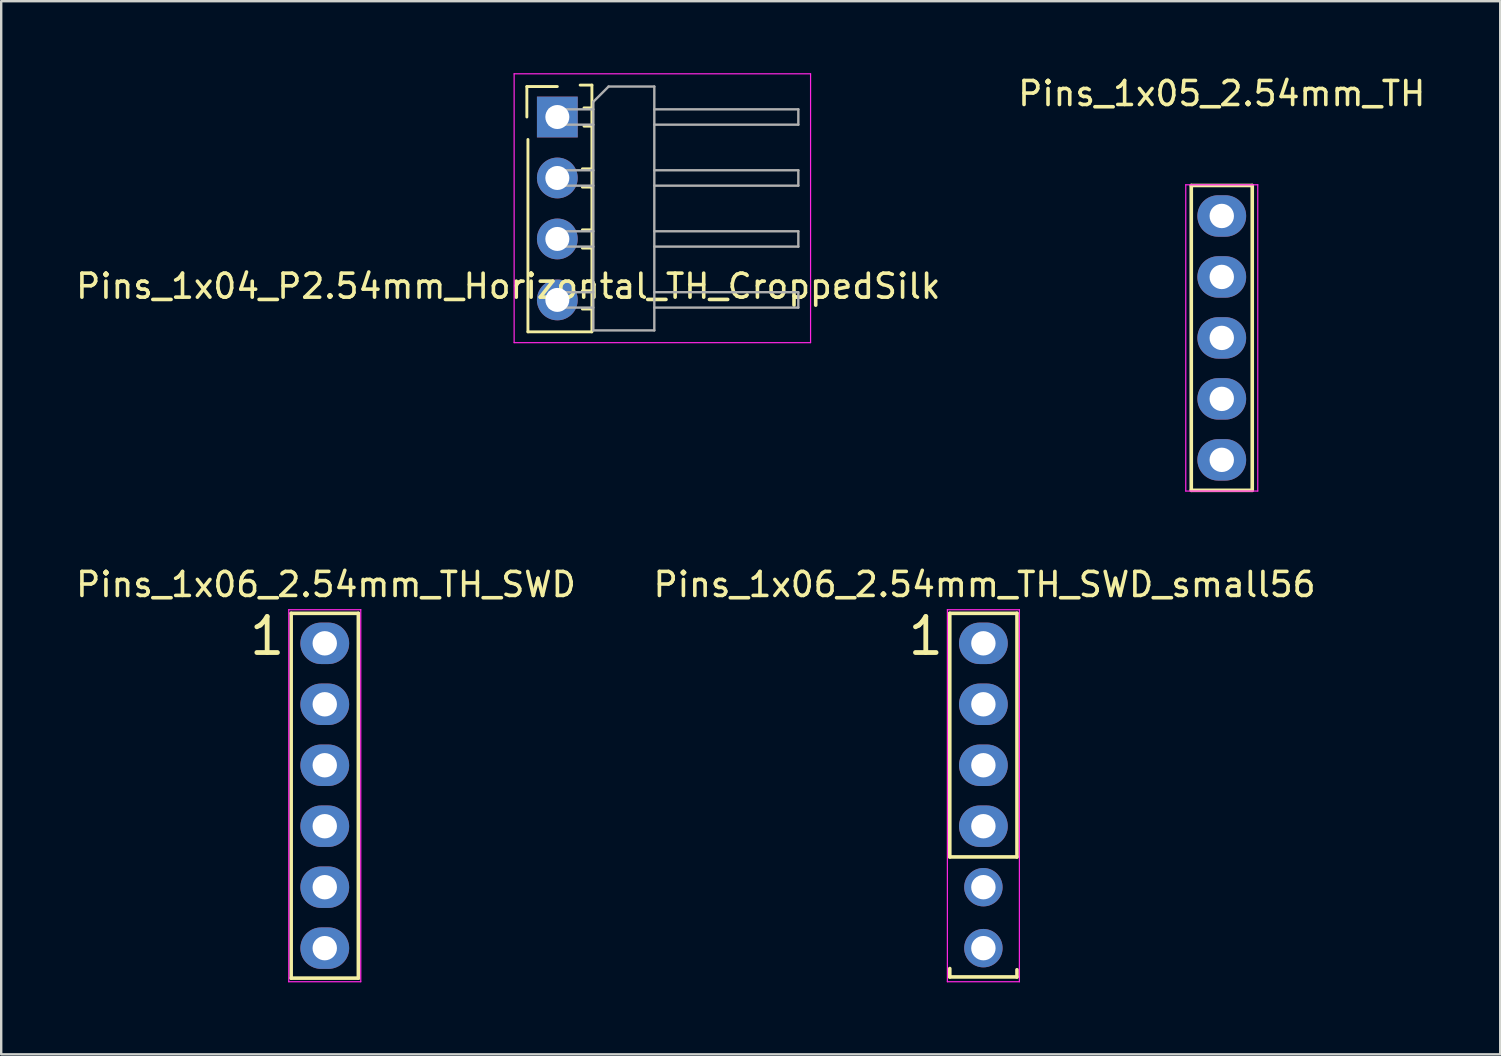
<source format=kicad_pcb>
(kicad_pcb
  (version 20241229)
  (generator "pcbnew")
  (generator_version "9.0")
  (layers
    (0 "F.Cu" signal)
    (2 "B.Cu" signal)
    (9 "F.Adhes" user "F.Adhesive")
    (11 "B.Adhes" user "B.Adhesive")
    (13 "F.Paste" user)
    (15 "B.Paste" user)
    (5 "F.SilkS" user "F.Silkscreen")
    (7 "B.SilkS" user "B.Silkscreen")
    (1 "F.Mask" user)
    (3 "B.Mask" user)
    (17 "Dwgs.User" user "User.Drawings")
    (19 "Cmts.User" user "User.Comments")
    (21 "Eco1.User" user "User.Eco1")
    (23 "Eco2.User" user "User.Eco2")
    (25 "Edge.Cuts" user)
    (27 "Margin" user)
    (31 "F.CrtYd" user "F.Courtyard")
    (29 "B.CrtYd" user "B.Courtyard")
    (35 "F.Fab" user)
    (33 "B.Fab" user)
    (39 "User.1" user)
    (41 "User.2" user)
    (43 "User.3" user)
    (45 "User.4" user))
  (footprint "Pins_1x06_2.54mm_TH_SWD_small56"
    (layer "F.Cu")
    (at 37.92 30.102)
    (property "Reference" "Pins_1x06_2.54mm_TH_SWD_small56" (at 0.05 -8.8 0) (layer "F.SilkS") (effects (font (size 1 1) (thickness 0.15))))
    (attr through_hole)
    (fp_line (start -1.4 2.55) (end -1.4 -7.6) (stroke (width 0.15) (type solid)) (layer "F.SilkS"))
    (fp_line (start -1.4 7.2) (end -1.4 7.55) (stroke (width 0.15) (type solid)) (layer "F.SilkS"))
    (fp_line (start -1.4 7.55) (end 1.4 7.55) (stroke (width 0.15) (type solid)) (layer "F.SilkS"))
    (fp_line (start 1.4 -7.6) (end -1.4 -7.6) (stroke (width 0.15) (type solid)) (layer "F.SilkS"))
    (fp_line (start 1.4 -7.6) (end 1.4 2.55) (stroke (width 0.15) (type solid)) (layer "F.SilkS"))
    (fp_line (start 1.4 2.55) (end -1.4 2.55) (stroke (width 0.15) (type solid)) (layer "F.SilkS"))
    (fp_line (start 1.4 7.55) (end 1.4 7.25) (stroke (width 0.15) (type solid)) (layer "F.SilkS"))
    (fp_line (start -1.5 -7.75) (end -1.5 7.75) (stroke (width 0.05) (type solid)) (layer "F.CrtYd"))
    (fp_line (start -1.5 -7.75) (end 1.5 -7.75) (stroke (width 0.05) (type solid)) (layer "F.CrtYd"))
    (fp_line (start -1.5 7.75) (end 1.5 7.75) (stroke (width 0.05) (type solid)) (layer "F.CrtYd"))
    (fp_line (start 1.5 -7.75) (end 1.5 7.75) (stroke (width 0.05) (type solid)) (layer "F.CrtYd"))
    (fp_text user "1" (at -2.4 -6.65 0) (layer "F.SilkS") (effects (font (size 1.5 1.5) (thickness 0.2))))
    (pad "1" thru_hole oval (at 0 -6.35) (size 2.032 1.727) (drill 1.016) (layers "*.Cu" "*.Mask"))
    (pad "2" thru_hole oval (at 0 -3.81) (size 2.032 1.727) (drill 1.016) (layers "*.Cu" "*.Mask"))
    (pad "3" thru_hole oval (at 0 -1.27) (size 2.032 1.727) (drill 1.016) (layers "*.Cu" "*.Mask"))
    (pad "4" thru_hole oval (at 0 1.27) (size 2.032 1.727) (drill 1.016) (layers "*.Cu" "*.Mask"))
    (pad "5" thru_hole circle (at 0 3.81) (size 1.6 1.6) (drill 1.016) (layers "*.Cu" "*.Mask"))
    (pad "6" thru_hole circle (at 0 6.35) (size 1.6 1.6) (drill 1.016) (layers "*.Cu" "*.Mask")))
  (footprint "Pins_1x05_2.54mm_TH"
    (layer "F.Cu")
    (at 47.851 11.028)
    (property "Reference" "Pins_1x05_2.54mm_TH" (at 0 -10.18 0) (layer "F.SilkS") (effects (font (size 1 1) (thickness 0.15))))
    (attr through_hole)
    (fp_line (start -1.27 6.35) (end -1.27 -6.35) (stroke (width 0.15) (type solid)) (layer "F.SilkS"))
    (fp_line (start 1.27 -6.35) (end -1.27 -6.35) (stroke (width 0.15) (type solid)) (layer "F.SilkS"))
    (fp_line (start 1.27 -6.35) (end 1.27 6.35) (stroke (width 0.15) (type solid)) (layer "F.SilkS"))
    (fp_line (start 1.27 6.35) (end -1.27 6.35) (stroke (width 0.15) (type solid)) (layer "F.SilkS"))
    (fp_line (start -1.5 -6.38) (end -1.5 6.38) (stroke (width 0.05) (type solid)) (layer "F.CrtYd"))
    (fp_line (start -1.5 -6.38) (end 1.5 -6.38) (stroke (width 0.05) (type solid)) (layer "F.CrtYd"))
    (fp_line (start -1.5 6.38) (end 1.5 6.38) (stroke (width 0.05) (type solid)) (layer "F.CrtYd"))
    (fp_line (start 1.5 -6.38) (end 1.5 6.38) (stroke (width 0.05) (type solid)) (layer "F.CrtYd"))
    (pad "1" thru_hole oval (at 0 -5.08) (size 2.032 1.727) (drill 1.016) (layers "*.Cu" "*.Mask"))
    (pad "2" thru_hole oval (at 0 -2.54) (size 2.032 1.727) (drill 1.016) (layers "*.Cu" "*.Mask"))
    (pad "3" thru_hole oval (at 0 0) (size 2.032 1.727) (drill 1.016) (layers "*.Cu" "*.Mask"))
    (pad "4" thru_hole oval (at 0 2.54) (size 2.032 1.727) (drill 1.016) (layers "*.Cu" "*.Mask"))
    (pad "5" thru_hole oval (at 0 5.08) (size 2.032 1.727) (drill 1.016) (layers "*.Cu" "*.Mask")))
  (footprint "Pins_1x06_2.54mm_TH_SWD"
    (layer "F.Cu")
    (at 10.48 30.102)
    (property "Reference" "Pins_1x06_2.54mm_TH_SWD" (at 0.05 -8.8 0) (layer "F.SilkS") (effects (font (size 1 1) (thickness 0.15))))
    (attr through_hole)
    (fp_line (start -1.4 7.6) (end -1.4 -7.6) (stroke (width 0.15) (type solid)) (layer "F.SilkS"))
    (fp_line (start 1.4 -7.6) (end -1.4 -7.6) (stroke (width 0.15) (type solid)) (layer "F.SilkS"))
    (fp_line (start 1.4 -7.6) (end 1.4 7.6) (stroke (width 0.15) (type solid)) (layer "F.SilkS"))
    (fp_line (start 1.4 7.6) (end -1.4 7.6) (stroke (width 0.15) (type solid)) (layer "F.SilkS"))
    (fp_line (start -1.5 -7.75) (end -1.5 7.75) (stroke (width 0.05) (type solid)) (layer "F.CrtYd"))
    (fp_line (start -1.5 -7.75) (end 1.5 -7.75) (stroke (width 0.05) (type solid)) (layer "F.CrtYd"))
    (fp_line (start -1.5 7.75) (end 1.5 7.75) (stroke (width 0.05) (type solid)) (layer "F.CrtYd"))
    (fp_line (start 1.5 -7.75) (end 1.5 7.75) (stroke (width 0.05) (type solid)) (layer "F.CrtYd"))
    (fp_text user "1" (at -2.4 -6.65 0) (layer "F.SilkS") (effects (font (size 1.5 1.5) (thickness 0.2))))
    (pad "1" thru_hole oval (at 0 -6.35) (size 2.032 1.727) (drill 1.016) (layers "*.Cu" "*.Mask"))
    (pad "2" thru_hole oval (at 0 -3.81) (size 2.032 1.727) (drill 1.016) (layers "*.Cu" "*.Mask"))
    (pad "3" thru_hole oval (at 0 -1.27) (size 2.032 1.727) (drill 1.016) (layers "*.Cu" "*.Mask"))
    (pad "4" thru_hole oval (at 0 1.27) (size 2.032 1.727) (drill 1.016) (layers "*.Cu" "*.Mask"))
    (pad "5" thru_hole oval (at 0 3.81) (size 2.032 1.727) (drill 1.016) (layers "*.Cu" "*.Mask"))
    (pad "6" thru_hole oval (at 0 6.35) (size 2.032 1.727) (drill 1.016) (layers "*.Cu" "*.Mask")))
  (footprint "Pins_1x04_P2.54mm_Horizontal_TH_CroppedSilk"
    (layer "F.Cu")
    (at 20.17 5.635)
    (property "Reference" "Pins_1x04_P2.54mm_Horizontal_TH_CroppedSilk" (at -2.045 3.24 0) (layer "F.SilkS") (effects (font (size 1 1) (thickness 0.15))))
    (attr through_hole allow_missing_courtyard)
    (fp_line (start -1.27 -5.08) (end 0 -5.08) (stroke (width 0.12) (type solid)) (layer "F.SilkS"))
    (fp_line (start -1.27 -3.81) (end -1.27 -5.08) (stroke (width 0.12) (type solid)) (layer "F.SilkS"))
    (fp_line (start -1.225 5.14) (end -1.225 -2.875) (stroke (width 0.12) (type default)) (layer "F.SilkS"))
    (fp_line (start -1.225 5.14) (end 1.435 5.14) (stroke (width 0.12) (type solid)) (layer "F.SilkS"))
    (fp_line (start 1.043 -1.65) (end 1.44 -1.65) (stroke (width 0.12) (type solid)) (layer "F.SilkS"))
    (fp_line (start 1.043 -0.89) (end 1.44 -0.89) (stroke (width 0.12) (type solid)) (layer "F.SilkS"))
    (fp_line (start 1.043 0.89) (end 1.44 0.89) (stroke (width 0.12) (type solid)) (layer "F.SilkS"))
    (fp_line (start 1.043 1.65) (end 1.44 1.65) (stroke (width 0.12) (type solid)) (layer "F.SilkS"))
    (fp_line (start 1.043 3.43) (end 1.44 3.43) (stroke (width 0.12) (type solid)) (layer "F.SilkS"))
    (fp_line (start 1.043 4.19) (end 1.44 4.19) (stroke (width 0.12) (type solid)) (layer "F.SilkS"))
    (fp_line (start 1.11 -4.19) (end 1.44 -4.19) (stroke (width 0.12) (type solid)) (layer "F.SilkS"))
    (fp_line (start 1.11 -3.43) (end 1.44 -3.43) (stroke (width 0.12) (type solid)) (layer "F.SilkS"))
    (fp_line (start 1.44 -5.14) (end 0.95 -5.14) (stroke (width 0.12) (type default)) (layer "F.SilkS"))
    (fp_line (start 1.44 -5.14) (end 1.44 5.14) (stroke (width 0.12) (type solid)) (layer "F.SilkS"))
    (fp_line (start -1.8 -5.61) (end -1.8 5.59) (stroke (width 0.05) (type solid)) (layer "F.CrtYd"))
    (fp_line (start -1.8 5.59) (end 10.55 5.59) (stroke (width 0.05) (type solid)) (layer "F.CrtYd"))
    (fp_line (start 10.55 -5.61) (end -1.8 -5.61) (stroke (width 0.05) (type solid)) (layer "F.CrtYd"))
    (fp_line (start 10.55 5.59) (end 10.55 -5.61) (stroke (width 0.05) (type solid)) (layer "F.CrtYd"))
    (fp_line (start -0.32 -4.13) (end -0.32 -3.49) (stroke (width 0.1) (type solid)) (layer "F.Fab"))
    (fp_line (start -0.32 -4.13) (end 1.5 -4.13) (stroke (width 0.1) (type solid)) (layer "F.Fab"))
    (fp_line (start -0.32 -3.49) (end 1.5 -3.49) (stroke (width 0.1) (type solid)) (layer "F.Fab"))
    (fp_line (start -0.32 -1.59) (end -0.32 -0.95) (stroke (width 0.1) (type solid)) (layer "F.Fab"))
    (fp_line (start -0.32 -1.59) (end 1.5 -1.59) (stroke (width 0.1) (type solid)) (layer "F.Fab"))
    (fp_line (start -0.32 -0.95) (end 1.5 -0.95) (stroke (width 0.1) (type solid)) (layer "F.Fab"))
    (fp_line (start -0.32 0.95) (end -0.32 1.59) (stroke (width 0.1) (type solid)) (layer "F.Fab"))
    (fp_line (start -0.32 0.95) (end 1.5 0.95) (stroke (width 0.1) (type solid)) (layer "F.Fab"))
    (fp_line (start -0.32 1.59) (end 1.5 1.59) (stroke (width 0.1) (type solid)) (layer "F.Fab"))
    (fp_line (start -0.32 3.49) (end -0.32 4.13) (stroke (width 0.1) (type solid)) (layer "F.Fab"))
    (fp_line (start -0.32 3.49) (end 1.5 3.49) (stroke (width 0.1) (type solid)) (layer "F.Fab"))
    (fp_line (start -0.32 4.13) (end 1.5 4.13) (stroke (width 0.1) (type solid)) (layer "F.Fab"))
    (fp_line (start 1.5 -4.445) (end 2.135 -5.08) (stroke (width 0.1) (type solid)) (layer "F.Fab"))
    (fp_line (start 1.5 5.08) (end 1.5 -4.445) (stroke (width 0.1) (type solid)) (layer "F.Fab"))
    (fp_line (start 2.135 -5.08) (end 4.04 -5.08) (stroke (width 0.1) (type solid)) (layer "F.Fab"))
    (fp_line (start 4.04 -5.08) (end 4.04 5.08) (stroke (width 0.1) (type solid)) (layer "F.Fab"))
    (fp_line (start 4.04 -4.13) (end 10.04 -4.13) (stroke (width 0.1) (type solid)) (layer "F.Fab"))
    (fp_line (start 4.04 -3.49) (end 10.04 -3.49) (stroke (width 0.1) (type solid)) (layer "F.Fab"))
    (fp_line (start 4.04 -1.59) (end 10.04 -1.59) (stroke (width 0.1) (type solid)) (layer "F.Fab"))
    (fp_line (start 4.04 -0.95) (end 10.04 -0.95) (stroke (width 0.1) (type solid)) (layer "F.Fab"))
    (fp_line (start 4.04 0.95) (end 10.04 0.95) (stroke (width 0.1) (type solid)) (layer "F.Fab"))
    (fp_line (start 4.04 1.59) (end 10.04 1.59) (stroke (width 0.1) (type solid)) (layer "F.Fab"))
    (fp_line (start 4.04 3.49) (end 10.04 3.49) (stroke (width 0.1) (type solid)) (layer "F.Fab"))
    (fp_line (start 4.04 4.13) (end 10.04 4.13) (stroke (width 0.1) (type solid)) (layer "F.Fab"))
    (fp_line (start 4.04 5.08) (end 1.5 5.08) (stroke (width 0.1) (type solid)) (layer "F.Fab"))
    (fp_line (start 10.04 -4.13) (end 10.04 -3.49) (stroke (width 0.1) (type solid)) (layer "F.Fab"))
    (fp_line (start 10.04 -1.59) (end 10.04 -0.95) (stroke (width 0.1) (type solid)) (layer "F.Fab"))
    (fp_line (start 10.04 0.95) (end 10.04 1.59) (stroke (width 0.1) (type solid)) (layer "F.Fab"))
    (fp_line (start 10.04 3.49) (end 10.04 4.13) (stroke (width 0.1) (type solid)) (layer "F.Fab"))
    (pad "1" thru_hole rect (at 0 -3.81) (size 1.7 1.7) (drill 1) (layers "*.Cu" "*.Mask"))
    (pad "2" thru_hole oval (at 0 -1.27) (size 1.7 1.7) (drill 1) (layers "*.Cu" "*.Mask"))
    (pad "3" thru_hole oval (at 0 1.27) (size 1.7 1.7) (drill 1) (layers "*.Cu" "*.Mask"))
    (pad "4" thru_hole oval (at 0 3.81) (size 1.7 1.7) (drill 1) (layers "*.Cu" "*.Mask")))
  (gr_rect
    (start -3 -3)
    (end 59.452 40.877)
    (stroke (width 0.1) (type default))
    (fill no)
    (layer "Edge.Cuts")))
</source>
